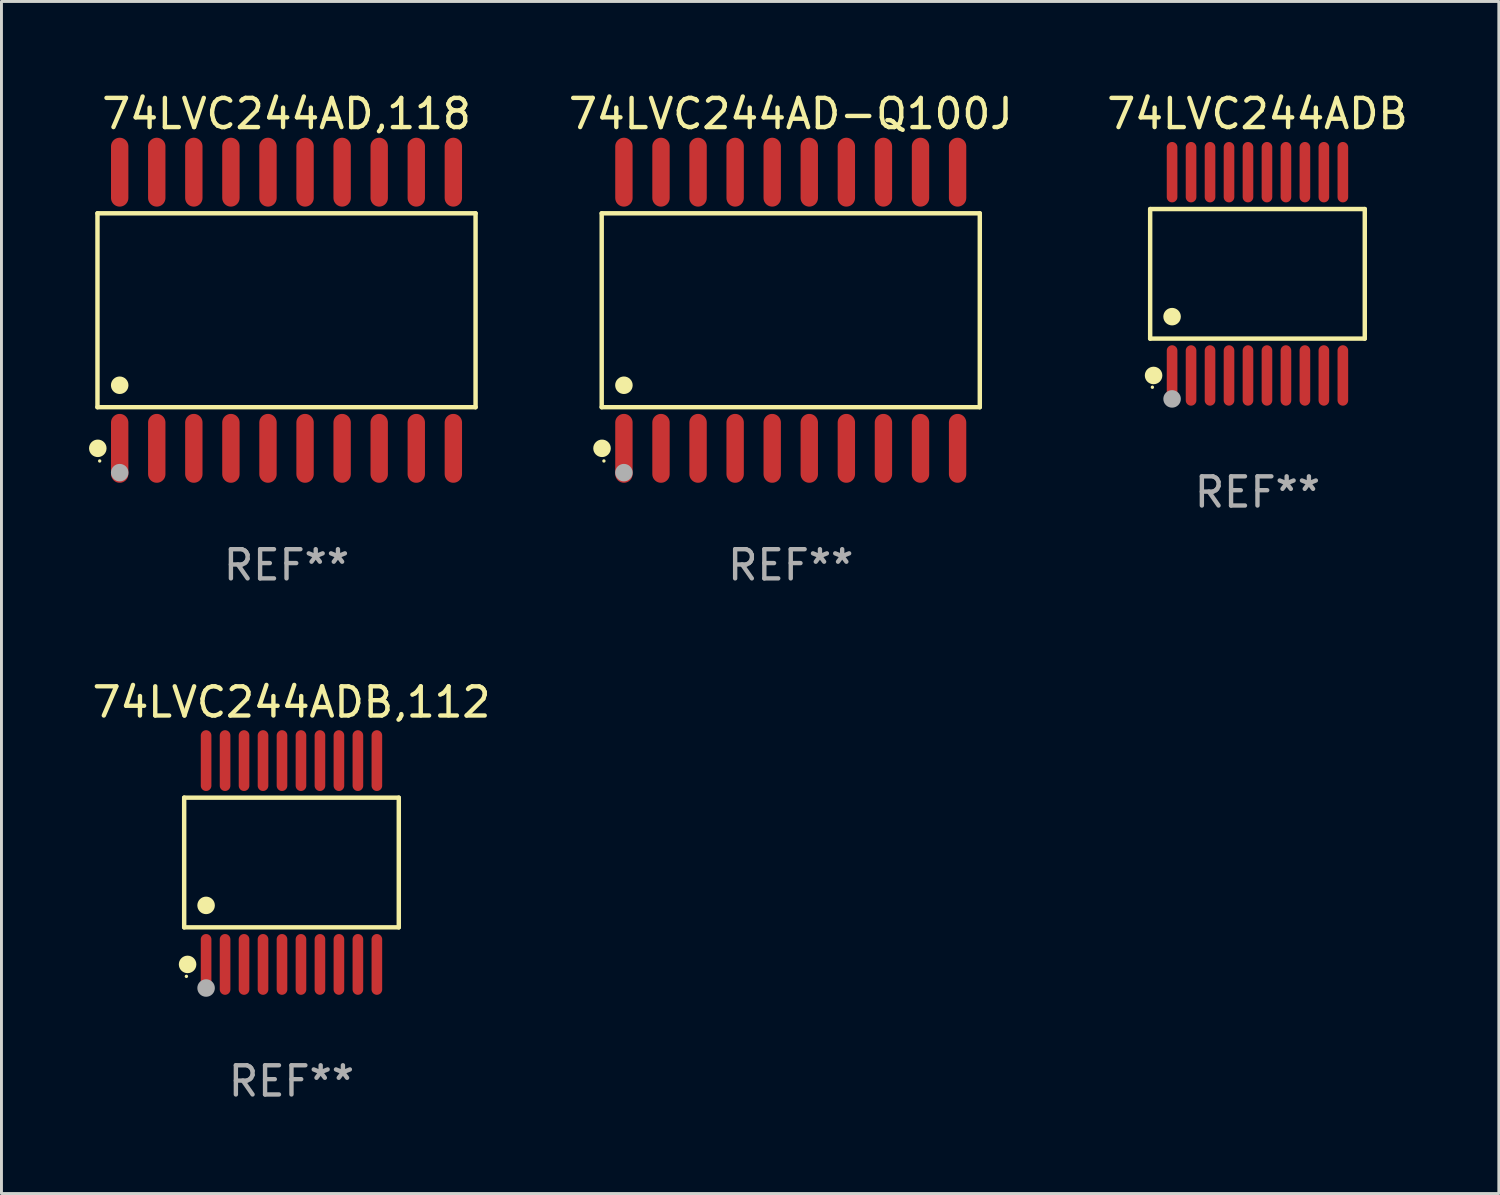
<source format=kicad_pcb>
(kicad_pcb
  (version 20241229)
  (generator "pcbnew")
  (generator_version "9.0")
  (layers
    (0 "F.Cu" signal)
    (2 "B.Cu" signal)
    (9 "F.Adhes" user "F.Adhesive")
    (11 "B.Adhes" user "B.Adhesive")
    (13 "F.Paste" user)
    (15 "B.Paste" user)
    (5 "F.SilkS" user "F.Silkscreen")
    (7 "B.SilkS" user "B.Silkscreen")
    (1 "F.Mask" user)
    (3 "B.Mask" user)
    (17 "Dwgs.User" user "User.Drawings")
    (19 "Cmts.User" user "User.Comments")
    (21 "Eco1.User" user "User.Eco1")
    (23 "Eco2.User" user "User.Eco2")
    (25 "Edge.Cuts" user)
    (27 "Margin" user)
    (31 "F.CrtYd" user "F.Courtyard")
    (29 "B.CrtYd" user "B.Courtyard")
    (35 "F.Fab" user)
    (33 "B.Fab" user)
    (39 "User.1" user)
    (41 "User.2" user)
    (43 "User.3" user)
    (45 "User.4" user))
  (footprint "74LVC244AD,118"
    (layer "F.Cu")
    (at 6.765 7.578)
    (property "Reference" "74LVC244AD,118" (at 0 -6.73 0) (layer "F.SilkS") (effects (font (size 1 1) (thickness 0.15))))
    (attr through_hole)
    (fp_line (start -6.476 -3.321) (end 6.476 -3.321) (stroke (width 0.152) (type solid)) (layer "F.SilkS"))
    (fp_line (start -6.476 3.321) (end -6.476 -3.321) (stroke (width 0.152) (type solid)) (layer "F.SilkS"))
    (fp_line (start 6.476 -3.321) (end 6.476 3.321) (stroke (width 0.152) (type solid)) (layer "F.SilkS"))
    (fp_line (start 6.476 3.321) (end -6.476 3.321) (stroke (width 0.152) (type solid)) (layer "F.SilkS"))
    (fp_circle (center -6.465 4.73) (end -6.315 4.73) (stroke (width 0.3) (type solid)) (fill no) (layer "F.SilkS"))
    (fp_circle (center -6.4 5.163) (end -6.37 5.163) (stroke (width 0.06) (type solid)) (fill no) (layer "F.SilkS"))
    (fp_circle (center -5.715 2.569) (end -5.565 2.569) (stroke (width 0.3) (type solid)) (fill no) (layer "F.SilkS"))
    (fp_circle (center -5.715 5.563) (end -5.565 5.563) (stroke (width 0.3) (type solid)) (fill no) (layer "F.Fab"))
    (fp_text user "REF**" (at 0 8.73 0) (layer "F.Fab") (effects (font (size 1 1) (thickness 0.15))))
    (pad "1" smd oval (at -5.715 4.73) (size 0.595 2.36) (layers "F.Cu" "F.Mask" "F.Paste"))
    (pad "2" smd oval (at -4.445 4.73) (size 0.595 2.36) (layers "F.Cu" "F.Mask" "F.Paste"))
    (pad "3" smd oval (at -3.175 4.73) (size 0.595 2.36) (layers "F.Cu" "F.Mask" "F.Paste"))
    (pad "4" smd oval (at -1.905 4.73) (size 0.595 2.36) (layers "F.Cu" "F.Mask" "F.Paste"))
    (pad "5" smd oval (at -0.635 4.73) (size 0.595 2.36) (layers "F.Cu" "F.Mask" "F.Paste"))
    (pad "6" smd oval (at 0.635 4.73) (size 0.595 2.36) (layers "F.Cu" "F.Mask" "F.Paste"))
    (pad "7" smd oval (at 1.905 4.73) (size 0.595 2.36) (layers "F.Cu" "F.Mask" "F.Paste"))
    (pad "8" smd oval (at 3.175 4.73) (size 0.595 2.36) (layers "F.Cu" "F.Mask" "F.Paste"))
    (pad "9" smd oval (at 4.445 4.73) (size 0.595 2.36) (layers "F.Cu" "F.Mask" "F.Paste"))
    (pad "10" smd oval (at 5.715 4.73) (size 0.595 2.36) (layers "F.Cu" "F.Mask" "F.Paste"))
    (pad "11" smd oval (at 5.715 -4.73) (size 0.595 2.36) (layers "F.Cu" "F.Mask" "F.Paste"))
    (pad "12" smd oval (at 4.445 -4.73) (size 0.595 2.36) (layers "F.Cu" "F.Mask" "F.Paste"))
    (pad "13" smd oval (at 3.175 -4.73) (size 0.595 2.36) (layers "F.Cu" "F.Mask" "F.Paste"))
    (pad "14" smd oval (at 1.905 -4.73) (size 0.595 2.36) (layers "F.Cu" "F.Mask" "F.Paste"))
    (pad "15" smd oval (at 0.635 -4.73) (size 0.595 2.36) (layers "F.Cu" "F.Mask" "F.Paste"))
    (pad "16" smd oval (at -0.635 -4.73) (size 0.595 2.36) (layers "F.Cu" "F.Mask" "F.Paste"))
    (pad "17" smd oval (at -1.905 -4.73) (size 0.595 2.36) (layers "F.Cu" "F.Mask" "F.Paste"))
    (pad "18" smd oval (at -3.175 -4.73) (size 0.595 2.36) (layers "F.Cu" "F.Mask" "F.Paste"))
    (pad "19" smd oval (at -4.445 -4.73) (size 0.595 2.36) (layers "F.Cu" "F.Mask" "F.Paste"))
    (pad "20" smd oval (at -5.715 -4.73) (size 0.595 2.36) (layers "F.Cu" "F.Mask" "F.Paste")))
  (footprint "74LVC244ADB"
    (layer "F.Cu")
    (at 40.026 6.33)
    (property "Reference" "74LVC244ADB" (at 0 -5.482 0) (layer "F.SilkS") (effects (font (size 1 1) (thickness 0.15))))
    (attr through_hole)
    (fp_line (start -3.676 -2.219) (end 3.676 -2.219) (stroke (width 0.152) (type solid)) (layer "F.SilkS"))
    (fp_line (start -3.676 2.219) (end -3.676 -2.219) (stroke (width 0.152) (type solid)) (layer "F.SilkS"))
    (fp_line (start 3.676 -2.219) (end 3.676 2.219) (stroke (width 0.152) (type solid)) (layer "F.SilkS"))
    (fp_line (start 3.676 2.219) (end -3.676 2.219) (stroke (width 0.152) (type solid)) (layer "F.SilkS"))
    (fp_circle (center -3.6 3.885) (end -3.57 3.885) (stroke (width 0.06) (type solid)) (fill no) (layer "F.SilkS"))
    (fp_circle (center -3.559 3.482) (end -3.409 3.482) (stroke (width 0.3) (type solid)) (fill no) (layer "F.SilkS"))
    (fp_circle (center -2.925 1.467) (end -2.775 1.467) (stroke (width 0.3) (type solid)) (fill no) (layer "F.SilkS"))
    (fp_circle (center -2.925 4.285) (end -2.775 4.285) (stroke (width 0.3) (type solid)) (fill no) (layer "F.Fab"))
    (fp_text user "REF**" (at 0 7.482 0) (layer "F.Fab") (effects (font (size 1 1) (thickness 0.15))))
    (pad "1" smd oval (at -2.925 3.482) (size 0.364 2.069) (layers "F.Cu" "F.Mask" "F.Paste"))
    (pad "2" smd oval (at -2.275 3.482) (size 0.364 2.069) (layers "F.Cu" "F.Mask" "F.Paste"))
    (pad "3" smd oval (at -1.625 3.482) (size 0.364 2.069) (layers "F.Cu" "F.Mask" "F.Paste"))
    (pad "4" smd oval (at -0.975 3.482) (size 0.364 2.069) (layers "F.Cu" "F.Mask" "F.Paste"))
    (pad "5" smd oval (at -0.325 3.482) (size 0.364 2.069) (layers "F.Cu" "F.Mask" "F.Paste"))
    (pad "6" smd oval (at 0.325 3.482) (size 0.364 2.069) (layers "F.Cu" "F.Mask" "F.Paste"))
    (pad "7" smd oval (at 0.975 3.482) (size 0.364 2.069) (layers "F.Cu" "F.Mask" "F.Paste"))
    (pad "8" smd oval (at 1.625 3.482) (size 0.364 2.069) (layers "F.Cu" "F.Mask" "F.Paste"))
    (pad "9" smd oval (at 2.275 3.482) (size 0.364 2.069) (layers "F.Cu" "F.Mask" "F.Paste"))
    (pad "10" smd oval (at 2.925 3.482) (size 0.364 2.069) (layers "F.Cu" "F.Mask" "F.Paste"))
    (pad "11" smd oval (at 2.925 -3.482) (size 0.364 2.069) (layers "F.Cu" "F.Mask" "F.Paste"))
    (pad "12" smd oval (at 2.275 -3.482) (size 0.364 2.069) (layers "F.Cu" "F.Mask" "F.Paste"))
    (pad "13" smd oval (at 1.625 -3.482) (size 0.364 2.069) (layers "F.Cu" "F.Mask" "F.Paste"))
    (pad "14" smd oval (at 0.975 -3.482) (size 0.364 2.069) (layers "F.Cu" "F.Mask" "F.Paste"))
    (pad "15" smd oval (at 0.325 -3.482) (size 0.364 2.069) (layers "F.Cu" "F.Mask" "F.Paste"))
    (pad "16" smd oval (at -0.325 -3.482) (size 0.364 2.069) (layers "F.Cu" "F.Mask" "F.Paste"))
    (pad "17" smd oval (at -0.975 -3.482) (size 0.364 2.069) (layers "F.Cu" "F.Mask" "F.Paste"))
    (pad "18" smd oval (at -1.625 -3.482) (size 0.364 2.069) (layers "F.Cu" "F.Mask" "F.Paste"))
    (pad "19" smd oval (at -2.275 -3.482) (size 0.364 2.069) (layers "F.Cu" "F.Mask" "F.Paste"))
    (pad "20" smd oval (at -2.925 -3.482) (size 0.364 2.069) (layers "F.Cu" "F.Mask" "F.Paste")))
  (footprint "74LVC244AD-Q100J"
    (layer "F.Cu")
    (at 24.038 7.578)
    (property "Reference" "74LVC244AD-Q100J" (at 0 -6.73 0) (layer "F.SilkS") (effects (font (size 1 1) (thickness 0.15))))
    (attr through_hole)
    (fp_line (start -6.476 -3.321) (end 6.476 -3.321) (stroke (width 0.152) (type solid)) (layer "F.SilkS"))
    (fp_line (start -6.476 3.321) (end -6.476 -3.321) (stroke (width 0.152) (type solid)) (layer "F.SilkS"))
    (fp_line (start 6.476 -3.321) (end 6.476 3.321) (stroke (width 0.152) (type solid)) (layer "F.SilkS"))
    (fp_line (start 6.476 3.321) (end -6.476 3.321) (stroke (width 0.152) (type solid)) (layer "F.SilkS"))
    (fp_circle (center -6.465 4.73) (end -6.315 4.73) (stroke (width 0.3) (type solid)) (fill no) (layer "F.SilkS"))
    (fp_circle (center -6.4 5.163) (end -6.37 5.163) (stroke (width 0.06) (type solid)) (fill no) (layer "F.SilkS"))
    (fp_circle (center -5.715 2.569) (end -5.565 2.569) (stroke (width 0.3) (type solid)) (fill no) (layer "F.SilkS"))
    (fp_circle (center -5.715 5.563) (end -5.565 5.563) (stroke (width 0.3) (type solid)) (fill no) (layer "F.Fab"))
    (fp_text user "REF**" (at 0 8.73 0) (layer "F.Fab") (effects (font (size 1 1) (thickness 0.15))))
    (pad "1" smd oval (at -5.715 4.73) (size 0.595 2.36) (layers "F.Cu" "F.Mask" "F.Paste"))
    (pad "2" smd oval (at -4.445 4.73) (size 0.595 2.36) (layers "F.Cu" "F.Mask" "F.Paste"))
    (pad "3" smd oval (at -3.175 4.73) (size 0.595 2.36) (layers "F.Cu" "F.Mask" "F.Paste"))
    (pad "4" smd oval (at -1.905 4.73) (size 0.595 2.36) (layers "F.Cu" "F.Mask" "F.Paste"))
    (pad "5" smd oval (at -0.635 4.73) (size 0.595 2.36) (layers "F.Cu" "F.Mask" "F.Paste"))
    (pad "6" smd oval (at 0.635 4.73) (size 0.595 2.36) (layers "F.Cu" "F.Mask" "F.Paste"))
    (pad "7" smd oval (at 1.905 4.73) (size 0.595 2.36) (layers "F.Cu" "F.Mask" "F.Paste"))
    (pad "8" smd oval (at 3.175 4.73) (size 0.595 2.36) (layers "F.Cu" "F.Mask" "F.Paste"))
    (pad "9" smd oval (at 4.445 4.73) (size 0.595 2.36) (layers "F.Cu" "F.Mask" "F.Paste"))
    (pad "10" smd oval (at 5.715 4.73) (size 0.595 2.36) (layers "F.Cu" "F.Mask" "F.Paste"))
    (pad "11" smd oval (at 5.715 -4.73) (size 0.595 2.36) (layers "F.Cu" "F.Mask" "F.Paste"))
    (pad "12" smd oval (at 4.445 -4.73) (size 0.595 2.36) (layers "F.Cu" "F.Mask" "F.Paste"))
    (pad "13" smd oval (at 3.175 -4.73) (size 0.595 2.36) (layers "F.Cu" "F.Mask" "F.Paste"))
    (pad "14" smd oval (at 1.905 -4.73) (size 0.595 2.36) (layers "F.Cu" "F.Mask" "F.Paste"))
    (pad "15" smd oval (at 0.635 -4.73) (size 0.595 2.36) (layers "F.Cu" "F.Mask" "F.Paste"))
    (pad "16" smd oval (at -0.635 -4.73) (size 0.595 2.36) (layers "F.Cu" "F.Mask" "F.Paste"))
    (pad "17" smd oval (at -1.905 -4.73) (size 0.595 2.36) (layers "F.Cu" "F.Mask" "F.Paste"))
    (pad "18" smd oval (at -3.175 -4.73) (size 0.595 2.36) (layers "F.Cu" "F.Mask" "F.Paste"))
    (pad "19" smd oval (at -4.445 -4.73) (size 0.595 2.36) (layers "F.Cu" "F.Mask" "F.Paste"))
    (pad "20" smd oval (at -5.715 -4.73) (size 0.595 2.36) (layers "F.Cu" "F.Mask" "F.Paste")))
  (footprint "74LVC244ADB,112"
    (layer "F.Cu")
    (at 6.935 26.496)
    (property "Reference" "74LVC244ADB,112" (at 0 -5.491 0) (layer "F.SilkS") (effects (font (size 1 1) (thickness 0.15))))
    (attr through_hole)
    (fp_line (start -3.676 -2.221) (end 3.676 -2.221) (stroke (width 0.152) (type solid)) (layer "F.SilkS"))
    (fp_line (start -3.676 2.221) (end -3.676 -2.221) (stroke (width 0.152) (type solid)) (layer "F.SilkS"))
    (fp_line (start 3.676 -2.221) (end 3.676 2.221) (stroke (width 0.152) (type solid)) (layer "F.SilkS"))
    (fp_line (start 3.676 2.221) (end -3.676 2.221) (stroke (width 0.152) (type solid)) (layer "F.SilkS"))
    (fp_circle (center -3.6 3.9) (end -3.57 3.9) (stroke (width 0.06) (type solid)) (fill no) (layer "F.SilkS"))
    (fp_circle (center -3.559 3.491) (end -3.409 3.491) (stroke (width 0.3) (type solid)) (fill no) (layer "F.SilkS"))
    (fp_circle (center -2.925 1.469) (end -2.775 1.469) (stroke (width 0.3) (type solid)) (fill no) (layer "F.SilkS"))
    (fp_circle (center -2.925 4.3) (end -2.775 4.3) (stroke (width 0.3) (type solid)) (fill no) (layer "F.Fab"))
    (fp_text user "REF**" (at 0 7.491 0) (layer "F.Fab") (effects (font (size 1 1) (thickness 0.15))))
    (pad "1" smd oval (at -2.925 3.491) (size 0.364 2.082) (layers "F.Cu" "F.Mask" "F.Paste"))
    (pad "2" smd oval (at -2.275 3.491) (size 0.364 2.082) (layers "F.Cu" "F.Mask" "F.Paste"))
    (pad "3" smd oval (at -1.625 3.491) (size 0.364 2.082) (layers "F.Cu" "F.Mask" "F.Paste"))
    (pad "4" smd oval (at -0.975 3.491) (size 0.364 2.082) (layers "F.Cu" "F.Mask" "F.Paste"))
    (pad "5" smd oval (at -0.325 3.491) (size 0.364 2.082) (layers "F.Cu" "F.Mask" "F.Paste"))
    (pad "6" smd oval (at 0.325 3.491) (size 0.364 2.082) (layers "F.Cu" "F.Mask" "F.Paste"))
    (pad "7" smd oval (at 0.975 3.491) (size 0.364 2.082) (layers "F.Cu" "F.Mask" "F.Paste"))
    (pad "8" smd oval (at 1.625 3.491) (size 0.364 2.082) (layers "F.Cu" "F.Mask" "F.Paste"))
    (pad "9" smd oval (at 2.275 3.491) (size 0.364 2.082) (layers "F.Cu" "F.Mask" "F.Paste"))
    (pad "10" smd oval (at 2.925 3.491) (size 0.364 2.082) (layers "F.Cu" "F.Mask" "F.Paste"))
    (pad "11" smd oval (at 2.925 -3.491) (size 0.364 2.082) (layers "F.Cu" "F.Mask" "F.Paste"))
    (pad "12" smd oval (at 2.275 -3.491) (size 0.364 2.082) (layers "F.Cu" "F.Mask" "F.Paste"))
    (pad "13" smd oval (at 1.625 -3.491) (size 0.364 2.082) (layers "F.Cu" "F.Mask" "F.Paste"))
    (pad "14" smd oval (at 0.975 -3.491) (size 0.364 2.082) (layers "F.Cu" "F.Mask" "F.Paste"))
    (pad "15" smd oval (at 0.325 -3.491) (size 0.364 2.082) (layers "F.Cu" "F.Mask" "F.Paste"))
    (pad "16" smd oval (at -0.325 -3.491) (size 0.364 2.082) (layers "F.Cu" "F.Mask" "F.Paste"))
    (pad "17" smd oval (at -0.975 -3.491) (size 0.364 2.082) (layers "F.Cu" "F.Mask" "F.Paste"))
    (pad "18" smd oval (at -1.625 -3.491) (size 0.364 2.082) (layers "F.Cu" "F.Mask" "F.Paste"))
    (pad "19" smd oval (at -2.275 -3.491) (size 0.364 2.082) (layers "F.Cu" "F.Mask" "F.Paste"))
    (pad "20" smd oval (at -2.925 -3.491) (size 0.364 2.082) (layers "F.Cu" "F.Mask" "F.Paste")))
  (gr_rect
    (start -3 -3)
    (end 48.294 37.835)
    (stroke (width 0.1) (type default))
    (fill no)
    (layer "Edge.Cuts")))
</source>
